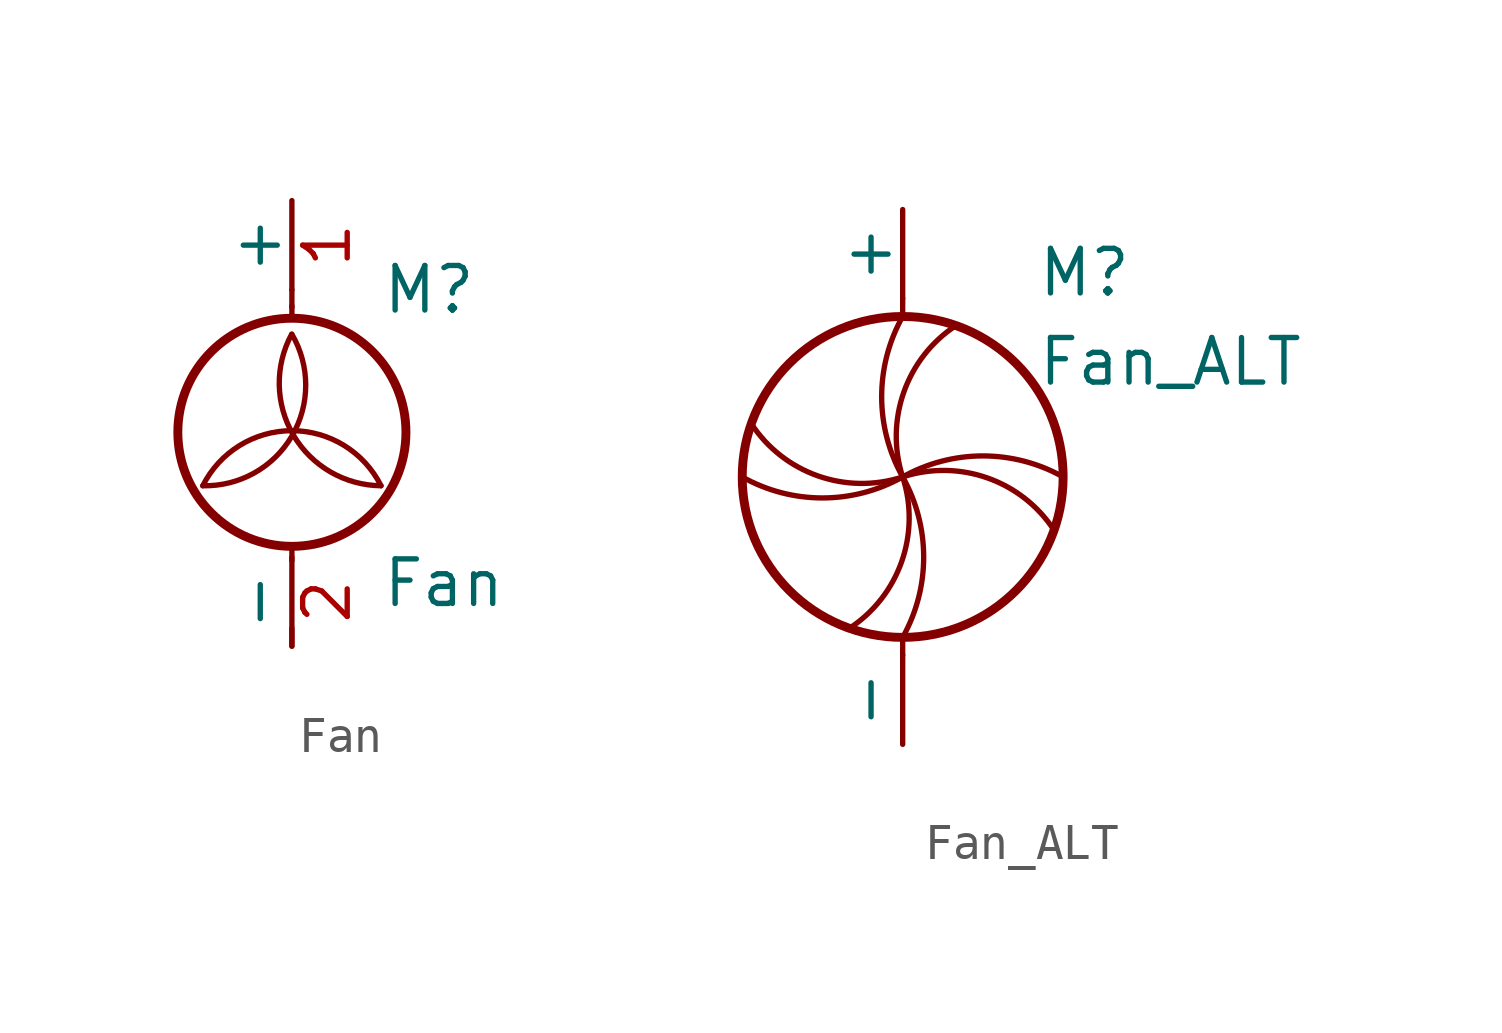
<source format=kicad_sym>
(kicad_symbol_lib
  (version 20220102)
  (generator kicad_symbol_editor)
  (symbol "Fan"
    (pin_names
      (offset 0))
    (property "Reference" "M"
      (at 2.54 5.08 0)
      (effects (font (size 1.27 1.27)) (justify left)))
    (property "Value" "Fan"
      (at 2.54 -2.54 0)
      (effects (font (size 1.27 1.27)) (justify left top)))
    (symbol "Fan_0_1"
      (arc (start -2.54 -0.508) (mid 0.0008 0.9088) (end 0 3.81) (stroke (width 0) (type default)) (fill (type none)))
      (polyline (pts (xy 0 -5.08) (xy 0 -4.572)) (stroke (width 0) (type default)) (fill (type none)))
      (polyline (pts (xy 0 -2.235) (xy 0 -2.642)) (stroke (width 0) (type default)) (fill (type none)))
      (polyline (pts (xy 0 4.267) (xy 0 4.623)) (stroke (width 0) (type default)) (fill (type none)))
      (polyline (pts (xy 0 4.572) (xy 0 5.08)) (stroke (width 0) (type default)) (fill (type none)))
      (circle (center 0 1.016) (radius 3.251) (stroke (width 0.254) (type default)) (fill (type none)))
      (arc (start 0 3.81) (mid 0.0529 0.9212) (end 2.54 -0.508) (stroke (width 0) (type default)) (fill (type none)))
      (arc (start 2.54 -0.508) (mid 0.0017 1.0618) (end -2.54 -0.508) (stroke (width 0) (type default)) (fill (type none))))
    (symbol "Fan_1_1"
      (pin passive line (at 0 7.62 270) (length 2.54) (name "+" (effects (font (size 1.27 1.27)))) (number "1" (effects (font (size 1.27 1.27)))))
      (pin passive line (at 0 -5.08 90) (length 2.54) (name "-" (effects (font (size 1.27 1.27)))) (number "2" (effects (font (size 1.27 1.27)))))))
  (symbol "Fan_ALT"
    (pin_numbers hide)
    (pin_names
      (offset 0))
    (property "Reference" "M"
      (at 3.81 5.08 0)
      (effects (font (size 1.27 1.27)) (justify left bottom)))
    (property "Value" "Fan_ALT"
      (at 3.81 2.54 0)
      (effects (font (size 1.27 1.27)) (justify left bottom)))
    (symbol "Fan_ALT_0_1"
      (arc (start -4.572 0) (mid -2.2826 -0.5988) (end 0 0) (stroke (width 0) (type default)) (fill (type none)))
      (arc (start -4.318 1.524) (mid -2.419 0.0304) (end 0 0) (stroke (width 0) (type default)) (fill (type none)))
      (arc (start -1.524 -4.318) (mid -0.0304 -2.419) (end 0 0) (stroke (width 0) (type default)) (fill (type none)))
      (arc (start 0 -4.572) (mid 0.5988 -2.2826) (end 0 0) (stroke (width 0) (type default)) (fill (type none)))
      (polyline (pts (xy 0 -5.08) (xy 0 -4.572)) (stroke (width 0) (type default)) (fill (type none)))
      (polyline (pts (xy 0 4.572) (xy 0 5.08)) (stroke (width 0) (type default)) (fill (type none)))
      (circle (center 0 0) (radius 4.572) (stroke (width 0.254) (type default)) (fill (type none)))
      (arc (start 0 4.572) (mid -0.5988 2.2826) (end 0 0) (stroke (width 0) (type default)) (fill (type none)))
      (arc (start 1.524 4.318) (mid 0.0304 2.419) (end 0 0) (stroke (width 0) (type default)) (fill (type none)))
      (arc (start 4.318 -1.524) (mid 2.419 -0.0304) (end 0 0) (stroke (width 0) (type default)) (fill (type none)))
      (arc (start 4.572 0) (mid 2.2826 0.5988) (end 0 0) (stroke (width 0) (type default)) (fill (type none))))
    (symbol "Fan_ALT_1_1"
      (pin passive line (at 0 7.62 270) (length 2.54) (name "+" (effects (font (size 1.27 1.27)))) (number "1" (effects (font (size 1.27 1.27)))))
      (pin passive line (at 0 -7.62 90) (length 2.54) (name "-" (effects (font (size 1.27 1.27)))) (number "2" (effects (font (size 1.27 1.27))))))))
</source>
